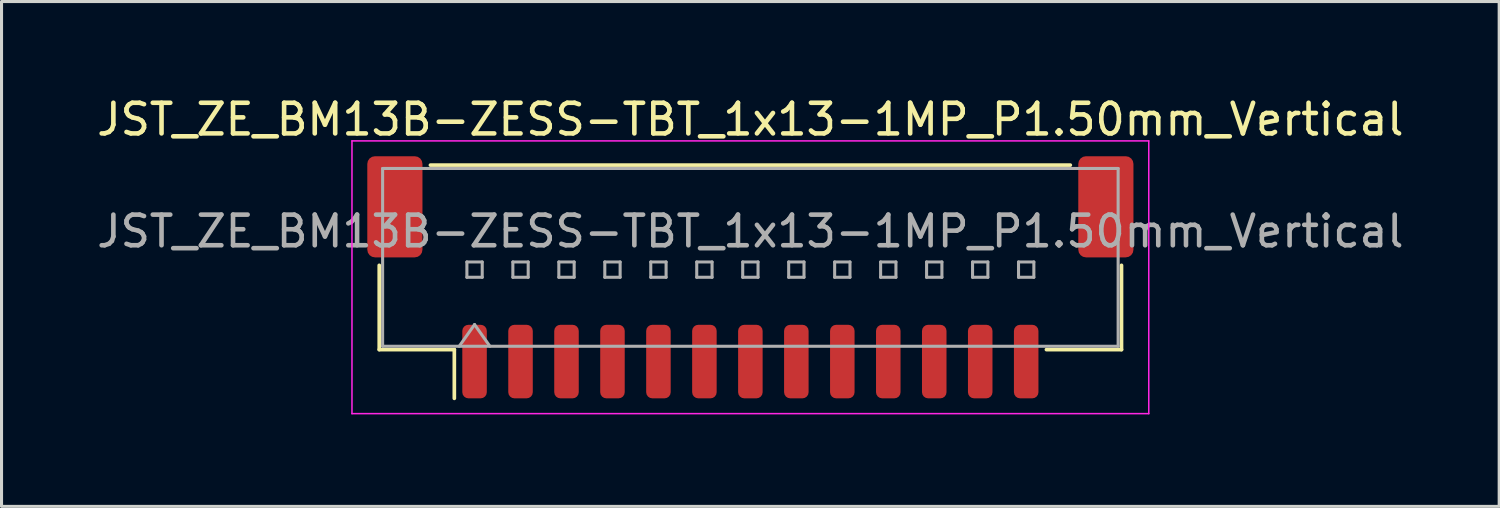
<source format=kicad_pcb>
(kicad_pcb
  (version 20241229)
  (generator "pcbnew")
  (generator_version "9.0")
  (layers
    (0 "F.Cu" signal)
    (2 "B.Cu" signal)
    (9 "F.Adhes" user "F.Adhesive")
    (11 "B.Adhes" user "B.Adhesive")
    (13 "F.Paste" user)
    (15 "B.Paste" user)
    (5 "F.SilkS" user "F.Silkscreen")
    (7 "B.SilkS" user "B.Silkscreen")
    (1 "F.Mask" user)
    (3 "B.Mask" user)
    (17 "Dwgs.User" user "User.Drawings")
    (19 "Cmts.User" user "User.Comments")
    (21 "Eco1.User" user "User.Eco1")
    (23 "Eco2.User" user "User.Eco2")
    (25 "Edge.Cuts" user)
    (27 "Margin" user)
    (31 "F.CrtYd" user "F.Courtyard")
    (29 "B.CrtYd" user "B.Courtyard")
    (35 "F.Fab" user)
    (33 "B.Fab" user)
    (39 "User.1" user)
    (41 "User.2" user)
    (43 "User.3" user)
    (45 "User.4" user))
  (footprint "JST_ZE_BM13B-ZESS-TBT_1x13-1MP_P1.50mm_Vertical"
    (layer "F.Cu")
    (at 21.435 5.998)
    (property "Reference" "JST_ZE_BM13B-ZESS-TBT_1x13-1MP_P1.50mm_Vertical" (at 0 -5.15 0) (layer "F.SilkS") (effects (font (size 1 1) (thickness 0.15))))
    (attr smd)
    (fp_line (start -12.11 -0.39) (end -12.11 2.36) (stroke (width 0.12) (type solid)) (layer "F.SilkS"))
    (fp_line (start -12.11 2.36) (end -9.66 2.36) (stroke (width 0.12) (type solid)) (layer "F.SilkS"))
    (fp_line (start -10.44 -3.66) (end 10.44 -3.66) (stroke (width 0.12) (type solid)) (layer "F.SilkS"))
    (fp_line (start -9.66 2.36) (end -9.66 3.95) (stroke (width 0.12) (type solid)) (layer "F.SilkS"))
    (fp_line (start 12.11 -0.39) (end 12.11 2.36) (stroke (width 0.12) (type solid)) (layer "F.SilkS"))
    (fp_line (start 12.11 2.36) (end 9.66 2.36) (stroke (width 0.12) (type solid)) (layer "F.SilkS"))
    (fp_line (start -13 -4.45) (end -13 4.45) (stroke (width 0.05) (type solid)) (layer "F.CrtYd"))
    (fp_line (start -13 4.45) (end 13 4.45) (stroke (width 0.05) (type solid)) (layer "F.CrtYd"))
    (fp_line (start 13 -4.45) (end -13 -4.45) (stroke (width 0.05) (type solid)) (layer "F.CrtYd"))
    (fp_line (start 13 4.45) (end 13 -4.45) (stroke (width 0.05) (type solid)) (layer "F.CrtYd"))
    (fp_line (start -12 -3.55) (end 12 -3.55) (stroke (width 0.1) (type solid)) (layer "F.Fab"))
    (fp_line (start -12 2.25) (end -12 -3.55) (stroke (width 0.1) (type solid)) (layer "F.Fab"))
    (fp_line (start -12 2.25) (end 12 2.25) (stroke (width 0.1) (type solid)) (layer "F.Fab"))
    (fp_line (start -9.5 2.25) (end -9 1.543) (stroke (width 0.1) (type solid)) (layer "F.Fab"))
    (fp_line (start -9.25 -0.5) (end -9.25 0) (stroke (width 0.1) (type solid)) (layer "F.Fab"))
    (fp_line (start -9.25 0) (end -8.75 0) (stroke (width 0.1) (type solid)) (layer "F.Fab"))
    (fp_line (start -9 1.543) (end -8.5 2.25) (stroke (width 0.1) (type solid)) (layer "F.Fab"))
    (fp_line (start -8.75 -0.5) (end -9.25 -0.5) (stroke (width 0.1) (type solid)) (layer "F.Fab"))
    (fp_line (start -8.75 0) (end -8.75 -0.5) (stroke (width 0.1) (type solid)) (layer "F.Fab"))
    (fp_line (start -7.75 -0.5) (end -7.75 0) (stroke (width 0.1) (type solid)) (layer "F.Fab"))
    (fp_line (start -7.75 0) (end -7.25 0) (stroke (width 0.1) (type solid)) (layer "F.Fab"))
    (fp_line (start -7.25 -0.5) (end -7.75 -0.5) (stroke (width 0.1) (type solid)) (layer "F.Fab"))
    (fp_line (start -7.25 0) (end -7.25 -0.5) (stroke (width 0.1) (type solid)) (layer "F.Fab"))
    (fp_line (start -6.25 -0.5) (end -6.25 0) (stroke (width 0.1) (type solid)) (layer "F.Fab"))
    (fp_line (start -6.25 0) (end -5.75 0) (stroke (width 0.1) (type solid)) (layer "F.Fab"))
    (fp_line (start -5.75 -0.5) (end -6.25 -0.5) (stroke (width 0.1) (type solid)) (layer "F.Fab"))
    (fp_line (start -5.75 0) (end -5.75 -0.5) (stroke (width 0.1) (type solid)) (layer "F.Fab"))
    (fp_line (start -4.75 -0.5) (end -4.75 0) (stroke (width 0.1) (type solid)) (layer "F.Fab"))
    (fp_line (start -4.75 0) (end -4.25 0) (stroke (width 0.1) (type solid)) (layer "F.Fab"))
    (fp_line (start -4.25 -0.5) (end -4.75 -0.5) (stroke (width 0.1) (type solid)) (layer "F.Fab"))
    (fp_line (start -4.25 0) (end -4.25 -0.5) (stroke (width 0.1) (type solid)) (layer "F.Fab"))
    (fp_line (start -3.25 -0.5) (end -3.25 0) (stroke (width 0.1) (type solid)) (layer "F.Fab"))
    (fp_line (start -3.25 0) (end -2.75 0) (stroke (width 0.1) (type solid)) (layer "F.Fab"))
    (fp_line (start -2.75 -0.5) (end -3.25 -0.5) (stroke (width 0.1) (type solid)) (layer "F.Fab"))
    (fp_line (start -2.75 0) (end -2.75 -0.5) (stroke (width 0.1) (type solid)) (layer "F.Fab"))
    (fp_line (start -1.75 -0.5) (end -1.75 0) (stroke (width 0.1) (type solid)) (layer "F.Fab"))
    (fp_line (start -1.75 0) (end -1.25 0) (stroke (width 0.1) (type solid)) (layer "F.Fab"))
    (fp_line (start -1.25 -0.5) (end -1.75 -0.5) (stroke (width 0.1) (type solid)) (layer "F.Fab"))
    (fp_line (start -1.25 0) (end -1.25 -0.5) (stroke (width 0.1) (type solid)) (layer "F.Fab"))
    (fp_line (start -0.25 -0.5) (end -0.25 0) (stroke (width 0.1) (type solid)) (layer "F.Fab"))
    (fp_line (start -0.25 0) (end 0.25 0) (stroke (width 0.1) (type solid)) (layer "F.Fab"))
    (fp_line (start 0.25 -0.5) (end -0.25 -0.5) (stroke (width 0.1) (type solid)) (layer "F.Fab"))
    (fp_line (start 0.25 0) (end 0.25 -0.5) (stroke (width 0.1) (type solid)) (layer "F.Fab"))
    (fp_line (start 1.25 -0.5) (end 1.25 0) (stroke (width 0.1) (type solid)) (layer "F.Fab"))
    (fp_line (start 1.25 0) (end 1.75 0) (stroke (width 0.1) (type solid)) (layer "F.Fab"))
    (fp_line (start 1.75 -0.5) (end 1.25 -0.5) (stroke (width 0.1) (type solid)) (layer "F.Fab"))
    (fp_line (start 1.75 0) (end 1.75 -0.5) (stroke (width 0.1) (type solid)) (layer "F.Fab"))
    (fp_line (start 2.75 -0.5) (end 2.75 0) (stroke (width 0.1) (type solid)) (layer "F.Fab"))
    (fp_line (start 2.75 0) (end 3.25 0) (stroke (width 0.1) (type solid)) (layer "F.Fab"))
    (fp_line (start 3.25 -0.5) (end 2.75 -0.5) (stroke (width 0.1) (type solid)) (layer "F.Fab"))
    (fp_line (start 3.25 0) (end 3.25 -0.5) (stroke (width 0.1) (type solid)) (layer "F.Fab"))
    (fp_line (start 4.25 -0.5) (end 4.25 0) (stroke (width 0.1) (type solid)) (layer "F.Fab"))
    (fp_line (start 4.25 0) (end 4.75 0) (stroke (width 0.1) (type solid)) (layer "F.Fab"))
    (fp_line (start 4.75 -0.5) (end 4.25 -0.5) (stroke (width 0.1) (type solid)) (layer "F.Fab"))
    (fp_line (start 4.75 0) (end 4.75 -0.5) (stroke (width 0.1) (type solid)) (layer "F.Fab"))
    (fp_line (start 5.75 -0.5) (end 5.75 0) (stroke (width 0.1) (type solid)) (layer "F.Fab"))
    (fp_line (start 5.75 0) (end 6.25 0) (stroke (width 0.1) (type solid)) (layer "F.Fab"))
    (fp_line (start 6.25 -0.5) (end 5.75 -0.5) (stroke (width 0.1) (type solid)) (layer "F.Fab"))
    (fp_line (start 6.25 0) (end 6.25 -0.5) (stroke (width 0.1) (type solid)) (layer "F.Fab"))
    (fp_line (start 7.25 -0.5) (end 7.25 0) (stroke (width 0.1) (type solid)) (layer "F.Fab"))
    (fp_line (start 7.25 0) (end 7.75 0) (stroke (width 0.1) (type solid)) (layer "F.Fab"))
    (fp_line (start 7.75 -0.5) (end 7.25 -0.5) (stroke (width 0.1) (type solid)) (layer "F.Fab"))
    (fp_line (start 7.75 0) (end 7.75 -0.5) (stroke (width 0.1) (type solid)) (layer "F.Fab"))
    (fp_line (start 8.75 -0.5) (end 8.75 0) (stroke (width 0.1) (type solid)) (layer "F.Fab"))
    (fp_line (start 8.75 0) (end 9.25 0) (stroke (width 0.1) (type solid)) (layer "F.Fab"))
    (fp_line (start 9.25 -0.5) (end 8.75 -0.5) (stroke (width 0.1) (type solid)) (layer "F.Fab"))
    (fp_line (start 9.25 0) (end 9.25 -0.5) (stroke (width 0.1) (type solid)) (layer "F.Fab"))
    (fp_line (start 12 2.25) (end 12 -3.55) (stroke (width 0.1) (type solid)) (layer "F.Fab"))
    (fp_text user "${REFERENCE}" (at 0 -1.5 0) (layer "F.Fab") (effects (font (size 1 1) (thickness 0.15))))
    (pad "1" smd roundrect (at -9 2.75) (size 0.8 2.4) (layers "F.Cu" "F.Mask" "F.Paste") (roundrect_rratio 0.25))
    (pad "2" smd roundrect (at -7.5 2.75) (size 0.8 2.4) (layers "F.Cu" "F.Mask" "F.Paste") (roundrect_rratio 0.25))
    (pad "3" smd roundrect (at -6 2.75) (size 0.8 2.4) (layers "F.Cu" "F.Mask" "F.Paste") (roundrect_rratio 0.25))
    (pad "4" smd roundrect (at -4.5 2.75) (size 0.8 2.4) (layers "F.Cu" "F.Mask" "F.Paste") (roundrect_rratio 0.25))
    (pad "5" smd roundrect (at -3 2.75) (size 0.8 2.4) (layers "F.Cu" "F.Mask" "F.Paste") (roundrect_rratio 0.25))
    (pad "6" smd roundrect (at -1.5 2.75) (size 0.8 2.4) (layers "F.Cu" "F.Mask" "F.Paste") (roundrect_rratio 0.25))
    (pad "7" smd roundrect (at 0 2.75) (size 0.8 2.4) (layers "F.Cu" "F.Mask" "F.Paste") (roundrect_rratio 0.25))
    (pad "8" smd roundrect (at 1.5 2.75) (size 0.8 2.4) (layers "F.Cu" "F.Mask" "F.Paste") (roundrect_rratio 0.25))
    (pad "9" smd roundrect (at 3 2.75) (size 0.8 2.4) (layers "F.Cu" "F.Mask" "F.Paste") (roundrect_rratio 0.25))
    (pad "10" smd roundrect (at 4.5 2.75) (size 0.8 2.4) (layers "F.Cu" "F.Mask" "F.Paste") (roundrect_rratio 0.25))
    (pad "11" smd roundrect (at 6 2.75) (size 0.8 2.4) (layers "F.Cu" "F.Mask" "F.Paste") (roundrect_rratio 0.25))
    (pad "12" smd roundrect (at 7.5 2.75) (size 0.8 2.4) (layers "F.Cu" "F.Mask" "F.Paste") (roundrect_rratio 0.25))
    (pad "13" smd roundrect (at 9 2.75) (size 0.8 2.4) (layers "F.Cu" "F.Mask" "F.Paste") (roundrect_rratio 0.25))
    (pad "MP" smd roundrect (at -11.6 -2.3) (size 1.8 3.3) (layers "F.Cu" "F.Mask" "F.Paste") (roundrect_rratio 0.139))
    (pad "MP" smd roundrect (at 11.6 -2.3) (size 1.8 3.3) (layers "F.Cu" "F.Mask" "F.Paste") (roundrect_rratio 0.139)))
  (gr_rect
    (start -3 -3)
    (end 45.869 13.473)
    (stroke (width 0.1) (type default))
    (fill no)
    (layer "Edge.Cuts")))
</source>
